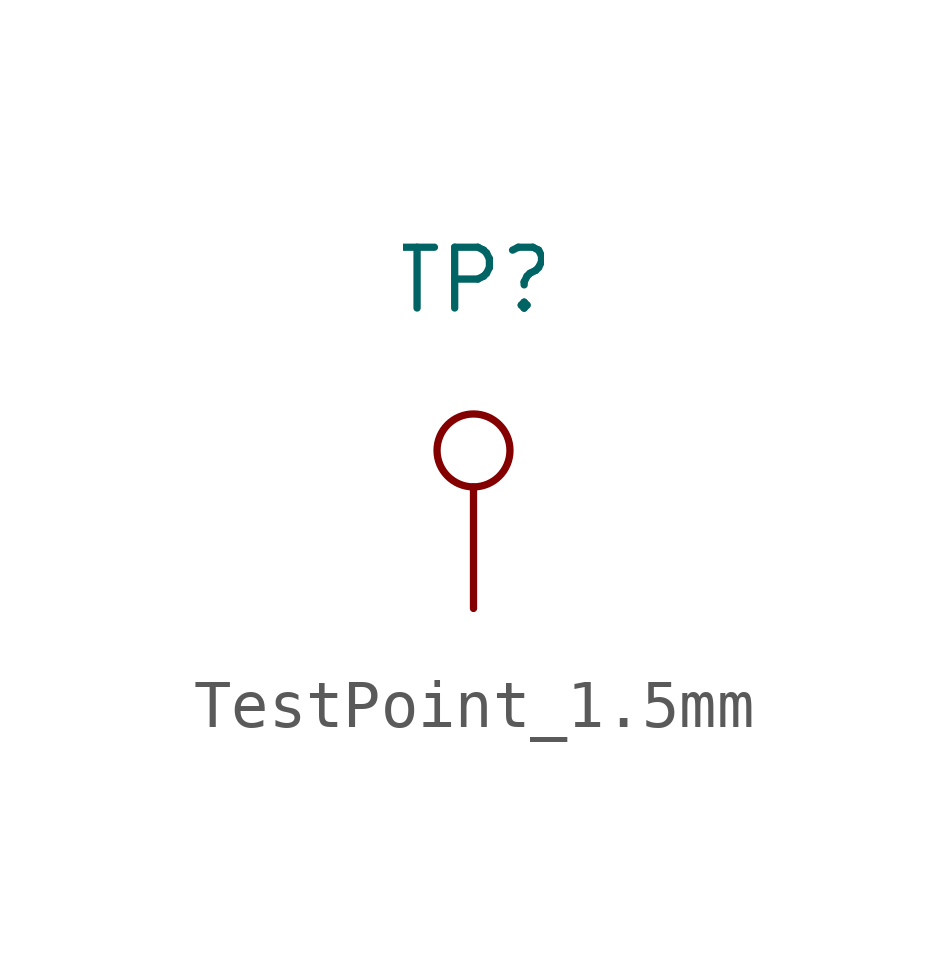
<source format=kicad_sym>
(kicad_symbol_lib
  (version 20231120)
  (generator "kicad_symbol_editor")
  (generator_version "8.0")
  (symbol "TestPoint_1.5mm"
    (pin_numbers hide)
    (pin_names
      (offset 0.762) hide)
    (property "Reference" "TP"
      (at 0 6.858 0)
      (effects (font (size 1.27 1.27))))
    (symbol "TestPoint_1.5mm_0_1"
      (circle (center 0 3.302) (radius 0.762) (stroke (width 0) (type solid)) (fill (type none))))
    (symbol "TestPoint_1.5mm_1_1"
      (pin passive line (at 0 0 90) (length 2.54) (name "1" (effects (font (size 1.27 1.27)))) (number "1" (effects (font (size 1.27 1.27))))))))
</source>
